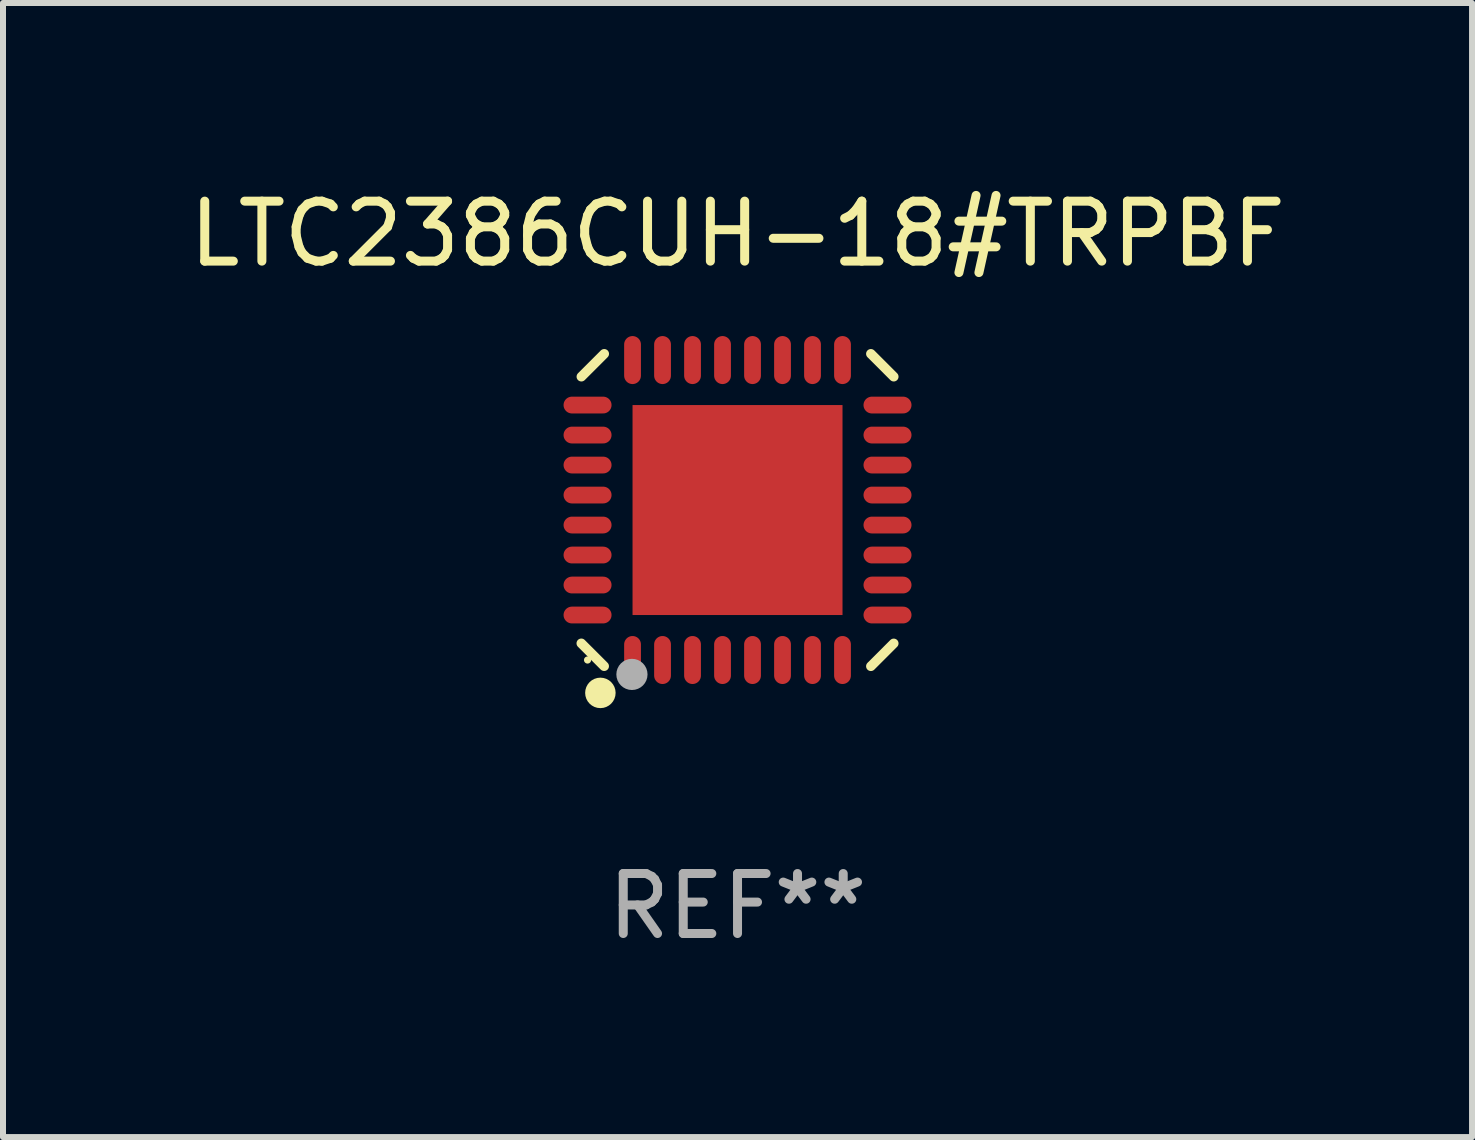
<source format=kicad_pcb>
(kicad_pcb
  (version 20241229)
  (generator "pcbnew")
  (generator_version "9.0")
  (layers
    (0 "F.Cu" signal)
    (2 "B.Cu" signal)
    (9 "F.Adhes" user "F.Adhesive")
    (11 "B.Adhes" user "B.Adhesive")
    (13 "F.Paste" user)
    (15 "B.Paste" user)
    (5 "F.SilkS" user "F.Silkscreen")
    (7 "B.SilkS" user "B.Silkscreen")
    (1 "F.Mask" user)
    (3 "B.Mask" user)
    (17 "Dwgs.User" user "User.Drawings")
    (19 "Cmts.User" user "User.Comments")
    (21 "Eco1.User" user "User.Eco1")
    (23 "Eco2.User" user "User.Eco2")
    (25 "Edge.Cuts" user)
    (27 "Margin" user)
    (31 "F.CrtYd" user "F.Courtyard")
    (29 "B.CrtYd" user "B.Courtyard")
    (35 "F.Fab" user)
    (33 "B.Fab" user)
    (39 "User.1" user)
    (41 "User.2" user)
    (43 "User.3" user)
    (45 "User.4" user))
  (footprint "LTC2386CUH-18#TRPBF"
    (layer "F.Cu")
    (at 9.244 5.452)
    (property "Reference" "LTC2386CUH-18#TRPBF" (at 0 -4.604 0) (layer "F.SilkS") (effects (font (size 1 1) (thickness 0.15))))
    (attr through_hole)
    (fp_line (start -2.223 2.603) (end -2.604 2.222) (stroke (width 0.16) (type solid)) (layer "F.SilkS"))
    (fp_line (start -2.222 -2.604) (end -2.603 -2.223) (stroke (width 0.16) (type solid)) (layer "F.SilkS"))
    (fp_line (start 2.223 -2.604) (end 2.604 -2.223) (stroke (width 0.16) (type solid)) (layer "F.SilkS"))
    (fp_line (start 2.604 2.223) (end 2.223 2.604) (stroke (width 0.16) (type solid)) (layer "F.SilkS"))
    (fp_circle (center -2.5 2.5) (end -2.47 2.5) (stroke (width 0.06) (type solid)) (fill no) (layer "F.SilkS"))
    (fp_circle (center -2.286 3.048) (end -2.159 3.048) (stroke (width 0.254) (type solid)) (fill no) (layer "F.SilkS"))
    (fp_circle (center -1.76 2.74) (end -1.63 2.74) (stroke (width 0.26) (type solid)) (fill no) (layer "F.Fab"))
    (fp_text user "REF**" (at 0 6.604 0) (layer "F.Fab") (effects (font (size 1 1) (thickness 0.15))))
    (pad "1" smd oval (at -1.75 2.5) (size 0.28 0.8) (layers "F.Cu" "F.Mask" "F.Paste"))
    (pad "2" smd oval (at -1.25 2.5) (size 0.28 0.8) (layers "F.Cu" "F.Mask" "F.Paste"))
    (pad "3" smd oval (at -0.75 2.5) (size 0.28 0.8) (layers "F.Cu" "F.Mask" "F.Paste"))
    (pad "4" smd oval (at -0.25 2.5) (size 0.28 0.8) (layers "F.Cu" "F.Mask" "F.Paste"))
    (pad "5" smd oval (at 0.25 2.5) (size 0.28 0.8) (layers "F.Cu" "F.Mask" "F.Paste"))
    (pad "6" smd oval (at 0.75 2.5) (size 0.28 0.8) (layers "F.Cu" "F.Mask" "F.Paste"))
    (pad "7" smd oval (at 1.25 2.5) (size 0.28 0.8) (layers "F.Cu" "F.Mask" "F.Paste"))
    (pad "8" smd oval (at 1.75 2.5) (size 0.28 0.8) (layers "F.Cu" "F.Mask" "F.Paste"))
    (pad "9" smd oval (at 2.5 1.75) (size 0.8 0.28) (layers "F.Cu" "F.Mask" "F.Paste"))
    (pad "10" smd oval (at 2.5 1.25) (size 0.8 0.28) (layers "F.Cu" "F.Mask" "F.Paste"))
    (pad "11" smd oval (at 2.5 0.75) (size 0.8 0.28) (layers "F.Cu" "F.Mask" "F.Paste"))
    (pad "12" smd oval (at 2.5 0.25) (size 0.8 0.28) (layers "F.Cu" "F.Mask" "F.Paste"))
    (pad "13" smd oval (at 2.5 -0.25) (size 0.8 0.28) (layers "F.Cu" "F.Mask" "F.Paste"))
    (pad "14" smd oval (at 2.5 -0.75) (size 0.8 0.28) (layers "F.Cu" "F.Mask" "F.Paste"))
    (pad "15" smd oval (at 2.5 -1.25) (size 0.8 0.28) (layers "F.Cu" "F.Mask" "F.Paste"))
    (pad "16" smd oval (at 2.5 -1.75) (size 0.8 0.28) (layers "F.Cu" "F.Mask" "F.Paste"))
    (pad "17" smd oval (at 1.75 -2.5) (size 0.28 0.8) (layers "F.Cu" "F.Mask" "F.Paste"))
    (pad "18" smd oval (at 1.25 -2.5) (size 0.28 0.8) (layers "F.Cu" "F.Mask" "F.Paste"))
    (pad "19" smd oval (at 0.75 -2.5) (size 0.28 0.8) (layers "F.Cu" "F.Mask" "F.Paste"))
    (pad "20" smd oval (at 0.25 -2.5) (size 0.28 0.8) (layers "F.Cu" "F.Mask" "F.Paste"))
    (pad "21" smd oval (at -0.25 -2.5) (size 0.28 0.8) (layers "F.Cu" "F.Mask" "F.Paste"))
    (pad "22" smd oval (at -0.75 -2.5) (size 0.28 0.8) (layers "F.Cu" "F.Mask" "F.Paste"))
    (pad "23" smd oval (at -1.25 -2.5) (size 0.28 0.8) (layers "F.Cu" "F.Mask" "F.Paste"))
    (pad "24" smd oval (at -1.75 -2.5) (size 0.28 0.8) (layers "F.Cu" "F.Mask" "F.Paste"))
    (pad "25" smd oval (at -2.5 -1.75) (size 0.8 0.28) (layers "F.Cu" "F.Mask" "F.Paste"))
    (pad "26" smd oval (at -2.5 -1.25) (size 0.8 0.28) (layers "F.Cu" "F.Mask" "F.Paste"))
    (pad "27" smd oval (at -2.5 -0.75) (size 0.8 0.28) (layers "F.Cu" "F.Mask" "F.Paste"))
    (pad "28" smd oval (at -2.5 -0.25) (size 0.8 0.28) (layers "F.Cu" "F.Mask" "F.Paste"))
    (pad "29" smd oval (at -2.5 0.25) (size 0.8 0.28) (layers "F.Cu" "F.Mask" "F.Paste"))
    (pad "30" smd oval (at -2.5 0.75) (size 0.8 0.28) (layers "F.Cu" "F.Mask" "F.Paste"))
    (pad "31" smd oval (at -2.5 1.25) (size 0.8 0.28) (layers "F.Cu" "F.Mask" "F.Paste"))
    (pad "32" smd oval (at -2.5 1.75) (size 0.8 0.28) (layers "F.Cu" "F.Mask" "F.Paste"))
    (pad "33" smd rect (at 0.000038 -0.000025) (size 3.5 3.5) (layers "F.Cu" "F.Mask" "F.Paste")))
  (gr_rect
    (start -3 -3)
    (end 21.488 15.904)
    (stroke (width 0.1) (type default))
    (fill no)
    (layer "Edge.Cuts")))
</source>
